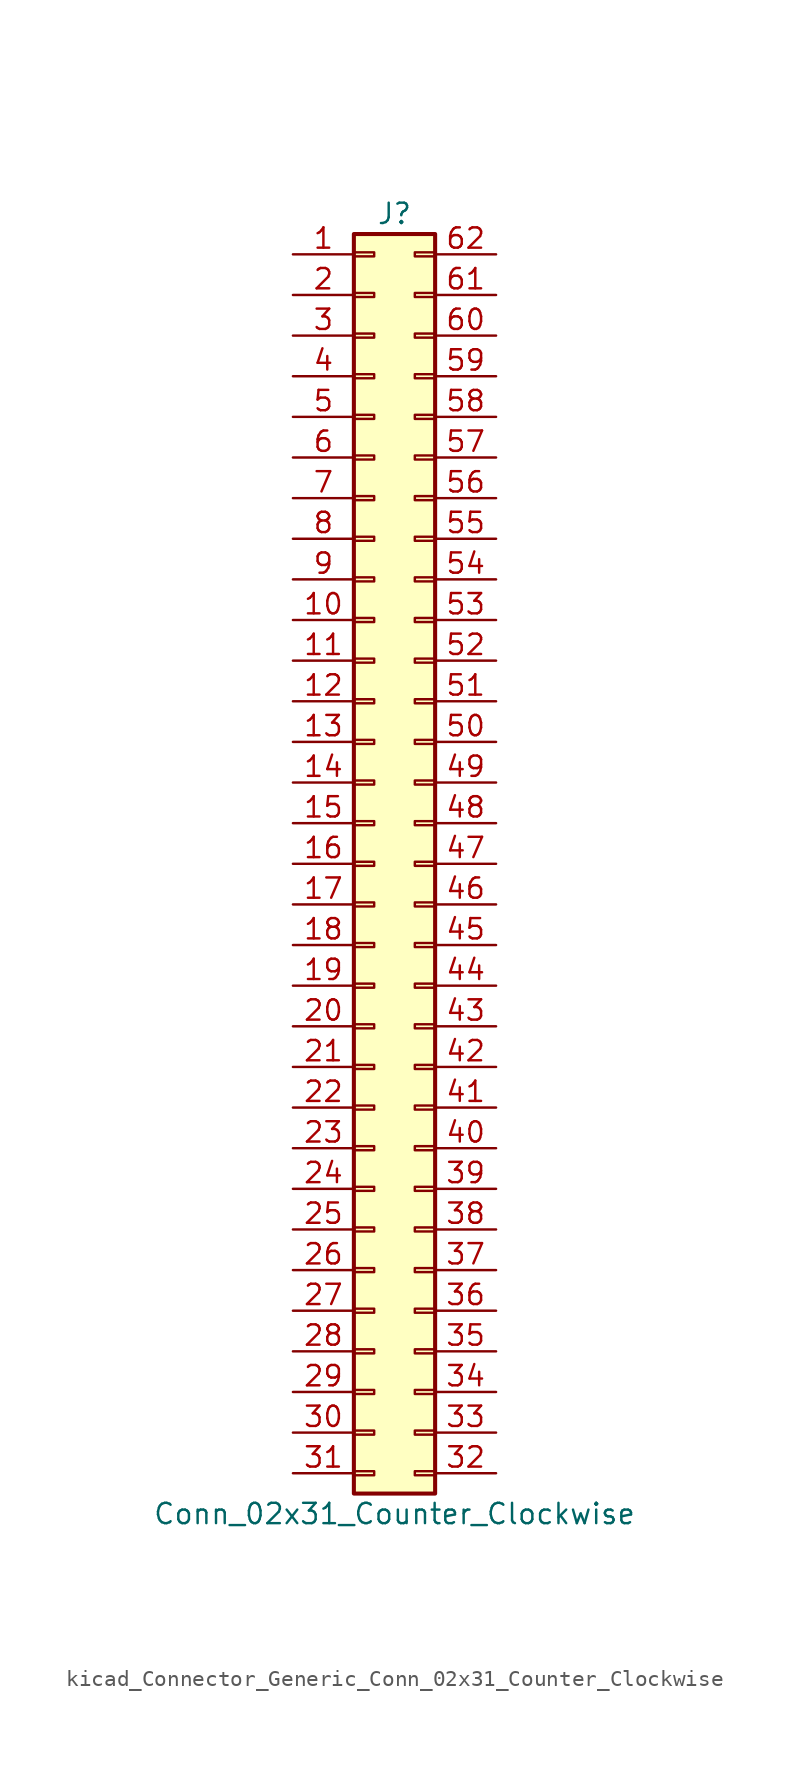
<source format=kicad_sym>
(kicad_symbol_lib
  (version 20220914)
  (generator kicad_symbol_editor)
  (symbol "kicad_Connector_Generic_Conn_02x31_Counter_Clockwise"
    (pin_names
      (offset 1.016) hide)
    (property "Reference" "J"
      (at 1.27 40.64 0)
      (effects (font (size 1.27 1.27))))
    (property "Value" "Conn_02x31_Counter_Clockwise"
      (at 1.27 -40.64 0)
      (effects (font (size 1.27 1.27))))
    (symbol "kicad_Connector_Generic_Conn_02x31_Counter_Clockwise_1_1"
      (rectangle (start -1.27 -37.973) (end 0 -38.227) (stroke (width 0.152) (type default)) (fill (type none)))
      (rectangle (start -1.27 -35.433) (end 0 -35.687) (stroke (width 0.152) (type default)) (fill (type none)))
      (rectangle (start -1.27 -32.893) (end 0 -33.147) (stroke (width 0.152) (type default)) (fill (type none)))
      (rectangle (start -1.27 -30.353) (end 0 -30.607) (stroke (width 0.152) (type default)) (fill (type none)))
      (rectangle (start -1.27 -27.813) (end 0 -28.067) (stroke (width 0.152) (type default)) (fill (type none)))
      (rectangle (start -1.27 -25.273) (end 0 -25.527) (stroke (width 0.152) (type default)) (fill (type none)))
      (rectangle (start -1.27 -22.733) (end 0 -22.987) (stroke (width 0.152) (type default)) (fill (type none)))
      (rectangle (start -1.27 -20.193) (end 0 -20.447) (stroke (width 0.152) (type default)) (fill (type none)))
      (rectangle (start -1.27 -17.653) (end 0 -17.907) (stroke (width 0.152) (type default)) (fill (type none)))
      (rectangle (start -1.27 -15.113) (end 0 -15.367) (stroke (width 0.152) (type default)) (fill (type none)))
      (rectangle (start -1.27 -12.573) (end 0 -12.827) (stroke (width 0.152) (type default)) (fill (type none)))
      (rectangle (start -1.27 -10.033) (end 0 -10.287) (stroke (width 0.152) (type default)) (fill (type none)))
      (rectangle (start -1.27 -7.493) (end 0 -7.747) (stroke (width 0.152) (type default)) (fill (type none)))
      (rectangle (start -1.27 -4.953) (end 0 -5.207) (stroke (width 0.152) (type default)) (fill (type none)))
      (rectangle (start -1.27 -2.413) (end 0 -2.667) (stroke (width 0.152) (type default)) (fill (type none)))
      (rectangle (start -1.27 0.127) (end 0 -0.127) (stroke (width 0.152) (type default)) (fill (type none)))
      (rectangle (start -1.27 2.667) (end 0 2.413) (stroke (width 0.152) (type default)) (fill (type none)))
      (rectangle (start -1.27 5.207) (end 0 4.953) (stroke (width 0.152) (type default)) (fill (type none)))
      (rectangle (start -1.27 7.747) (end 0 7.493) (stroke (width 0.152) (type default)) (fill (type none)))
      (rectangle (start -1.27 10.287) (end 0 10.033) (stroke (width 0.152) (type default)) (fill (type none)))
      (rectangle (start -1.27 12.827) (end 0 12.573) (stroke (width 0.152) (type default)) (fill (type none)))
      (rectangle (start -1.27 15.367) (end 0 15.113) (stroke (width 0.152) (type default)) (fill (type none)))
      (rectangle (start -1.27 17.907) (end 0 17.653) (stroke (width 0.152) (type default)) (fill (type none)))
      (rectangle (start -1.27 20.447) (end 0 20.193) (stroke (width 0.152) (type default)) (fill (type none)))
      (rectangle (start -1.27 22.987) (end 0 22.733) (stroke (width 0.152) (type default)) (fill (type none)))
      (rectangle (start -1.27 25.527) (end 0 25.273) (stroke (width 0.152) (type default)) (fill (type none)))
      (rectangle (start -1.27 28.067) (end 0 27.813) (stroke (width 0.152) (type default)) (fill (type none)))
      (rectangle (start -1.27 30.607) (end 0 30.353) (stroke (width 0.152) (type default)) (fill (type none)))
      (rectangle (start -1.27 33.147) (end 0 32.893) (stroke (width 0.152) (type default)) (fill (type none)))
      (rectangle (start -1.27 35.687) (end 0 35.433) (stroke (width 0.152) (type default)) (fill (type none)))
      (rectangle (start -1.27 38.227) (end 0 37.973) (stroke (width 0.152) (type default)) (fill (type none)))
      (rectangle (start -1.27 39.37) (end 3.81 -39.37) (stroke (width 0.254) (type default)) (fill (type background)))
      (rectangle (start 3.81 -37.973) (end 2.54 -38.227) (stroke (width 0.152) (type default)) (fill (type none)))
      (rectangle (start 3.81 -35.433) (end 2.54 -35.687) (stroke (width 0.152) (type default)) (fill (type none)))
      (rectangle (start 3.81 -32.893) (end 2.54 -33.147) (stroke (width 0.152) (type default)) (fill (type none)))
      (rectangle (start 3.81 -30.353) (end 2.54 -30.607) (stroke (width 0.152) (type default)) (fill (type none)))
      (rectangle (start 3.81 -27.813) (end 2.54 -28.067) (stroke (width 0.152) (type default)) (fill (type none)))
      (rectangle (start 3.81 -25.273) (end 2.54 -25.527) (stroke (width 0.152) (type default)) (fill (type none)))
      (rectangle (start 3.81 -22.733) (end 2.54 -22.987) (stroke (width 0.152) (type default)) (fill (type none)))
      (rectangle (start 3.81 -20.193) (end 2.54 -20.447) (stroke (width 0.152) (type default)) (fill (type none)))
      (rectangle (start 3.81 -17.653) (end 2.54 -17.907) (stroke (width 0.152) (type default)) (fill (type none)))
      (rectangle (start 3.81 -15.113) (end 2.54 -15.367) (stroke (width 0.152) (type default)) (fill (type none)))
      (rectangle (start 3.81 -12.573) (end 2.54 -12.827) (stroke (width 0.152) (type default)) (fill (type none)))
      (rectangle (start 3.81 -10.033) (end 2.54 -10.287) (stroke (width 0.152) (type default)) (fill (type none)))
      (rectangle (start 3.81 -7.493) (end 2.54 -7.747) (stroke (width 0.152) (type default)) (fill (type none)))
      (rectangle (start 3.81 -4.953) (end 2.54 -5.207) (stroke (width 0.152) (type default)) (fill (type none)))
      (rectangle (start 3.81 -2.413) (end 2.54 -2.667) (stroke (width 0.152) (type default)) (fill (type none)))
      (rectangle (start 3.81 0.127) (end 2.54 -0.127) (stroke (width 0.152) (type default)) (fill (type none)))
      (rectangle (start 3.81 2.667) (end 2.54 2.413) (stroke (width 0.152) (type default)) (fill (type none)))
      (rectangle (start 3.81 5.207) (end 2.54 4.953) (stroke (width 0.152) (type default)) (fill (type none)))
      (rectangle (start 3.81 7.747) (end 2.54 7.493) (stroke (width 0.152) (type default)) (fill (type none)))
      (rectangle (start 3.81 10.287) (end 2.54 10.033) (stroke (width 0.152) (type default)) (fill (type none)))
      (rectangle (start 3.81 12.827) (end 2.54 12.573) (stroke (width 0.152) (type default)) (fill (type none)))
      (rectangle (start 3.81 15.367) (end 2.54 15.113) (stroke (width 0.152) (type default)) (fill (type none)))
      (rectangle (start 3.81 17.907) (end 2.54 17.653) (stroke (width 0.152) (type default)) (fill (type none)))
      (rectangle (start 3.81 20.447) (end 2.54 20.193) (stroke (width 0.152) (type default)) (fill (type none)))
      (rectangle (start 3.81 22.987) (end 2.54 22.733) (stroke (width 0.152) (type default)) (fill (type none)))
      (rectangle (start 3.81 25.527) (end 2.54 25.273) (stroke (width 0.152) (type default)) (fill (type none)))
      (rectangle (start 3.81 28.067) (end 2.54 27.813) (stroke (width 0.152) (type default)) (fill (type none)))
      (rectangle (start 3.81 30.607) (end 2.54 30.353) (stroke (width 0.152) (type default)) (fill (type none)))
      (rectangle (start 3.81 33.147) (end 2.54 32.893) (stroke (width 0.152) (type default)) (fill (type none)))
      (rectangle (start 3.81 35.687) (end 2.54 35.433) (stroke (width 0.152) (type default)) (fill (type none)))
      (rectangle (start 3.81 38.227) (end 2.54 37.973) (stroke (width 0.152) (type default)) (fill (type none)))
      (pin passive line (at -5.08 38.1 0) (length 3.81) (name "Pin_1" (effects (font (size 1.27 1.27)))) (number "1" (effects (font (size 1.27 1.27)))))
      (pin passive line (at -5.08 15.24 0) (length 3.81) (name "Pin_10" (effects (font (size 1.27 1.27)))) (number "10" (effects (font (size 1.27 1.27)))))
      (pin passive line (at -5.08 12.7 0) (length 3.81) (name "Pin_11" (effects (font (size 1.27 1.27)))) (number "11" (effects (font (size 1.27 1.27)))))
      (pin passive line (at -5.08 10.16 0) (length 3.81) (name "Pin_12" (effects (font (size 1.27 1.27)))) (number "12" (effects (font (size 1.27 1.27)))))
      (pin passive line (at -5.08 7.62 0) (length 3.81) (name "Pin_13" (effects (font (size 1.27 1.27)))) (number "13" (effects (font (size 1.27 1.27)))))
      (pin passive line (at -5.08 5.08 0) (length 3.81) (name "Pin_14" (effects (font (size 1.27 1.27)))) (number "14" (effects (font (size 1.27 1.27)))))
      (pin passive line (at -5.08 2.54 0) (length 3.81) (name "Pin_15" (effects (font (size 1.27 1.27)))) (number "15" (effects (font (size 1.27 1.27)))))
      (pin passive line (at -5.08 0 0) (length 3.81) (name "Pin_16" (effects (font (size 1.27 1.27)))) (number "16" (effects (font (size 1.27 1.27)))))
      (pin passive line (at -5.08 -2.54 0) (length 3.81) (name "Pin_17" (effects (font (size 1.27 1.27)))) (number "17" (effects (font (size 1.27 1.27)))))
      (pin passive line (at -5.08 -5.08 0) (length 3.81) (name "Pin_18" (effects (font (size 1.27 1.27)))) (number "18" (effects (font (size 1.27 1.27)))))
      (pin passive line (at -5.08 -7.62 0) (length 3.81) (name "Pin_19" (effects (font (size 1.27 1.27)))) (number "19" (effects (font (size 1.27 1.27)))))
      (pin passive line (at -5.08 35.56 0) (length 3.81) (name "Pin_2" (effects (font (size 1.27 1.27)))) (number "2" (effects (font (size 1.27 1.27)))))
      (pin passive line (at -5.08 -10.16 0) (length 3.81) (name "Pin_20" (effects (font (size 1.27 1.27)))) (number "20" (effects (font (size 1.27 1.27)))))
      (pin passive line (at -5.08 -12.7 0) (length 3.81) (name "Pin_21" (effects (font (size 1.27 1.27)))) (number "21" (effects (font (size 1.27 1.27)))))
      (pin passive line (at -5.08 -15.24 0) (length 3.81) (name "Pin_22" (effects (font (size 1.27 1.27)))) (number "22" (effects (font (size 1.27 1.27)))))
      (pin passive line (at -5.08 -17.78 0) (length 3.81) (name "Pin_23" (effects (font (size 1.27 1.27)))) (number "23" (effects (font (size 1.27 1.27)))))
      (pin passive line (at -5.08 -20.32 0) (length 3.81) (name "Pin_24" (effects (font (size 1.27 1.27)))) (number "24" (effects (font (size 1.27 1.27)))))
      (pin passive line (at -5.08 -22.86 0) (length 3.81) (name "Pin_25" (effects (font (size 1.27 1.27)))) (number "25" (effects (font (size 1.27 1.27)))))
      (pin passive line (at -5.08 -25.4 0) (length 3.81) (name "Pin_26" (effects (font (size 1.27 1.27)))) (number "26" (effects (font (size 1.27 1.27)))))
      (pin passive line (at -5.08 -27.94 0) (length 3.81) (name "Pin_27" (effects (font (size 1.27 1.27)))) (number "27" (effects (font (size 1.27 1.27)))))
      (pin passive line (at -5.08 -30.48 0) (length 3.81) (name "Pin_28" (effects (font (size 1.27 1.27)))) (number "28" (effects (font (size 1.27 1.27)))))
      (pin passive line (at -5.08 -33.02 0) (length 3.81) (name "Pin_29" (effects (font (size 1.27 1.27)))) (number "29" (effects (font (size 1.27 1.27)))))
      (pin passive line (at -5.08 33.02 0) (length 3.81) (name "Pin_3" (effects (font (size 1.27 1.27)))) (number "3" (effects (font (size 1.27 1.27)))))
      (pin passive line (at -5.08 -35.56 0) (length 3.81) (name "Pin_30" (effects (font (size 1.27 1.27)))) (number "30" (effects (font (size 1.27 1.27)))))
      (pin passive line (at -5.08 -38.1 0) (length 3.81) (name "Pin_31" (effects (font (size 1.27 1.27)))) (number "31" (effects (font (size 1.27 1.27)))))
      (pin passive line (at 7.62 -38.1 180) (length 3.81) (name "Pin_32" (effects (font (size 1.27 1.27)))) (number "32" (effects (font (size 1.27 1.27)))))
      (pin passive line (at 7.62 -35.56 180) (length 3.81) (name "Pin_33" (effects (font (size 1.27 1.27)))) (number "33" (effects (font (size 1.27 1.27)))))
      (pin passive line (at 7.62 -33.02 180) (length 3.81) (name "Pin_34" (effects (font (size 1.27 1.27)))) (number "34" (effects (font (size 1.27 1.27)))))
      (pin passive line (at 7.62 -30.48 180) (length 3.81) (name "Pin_35" (effects (font (size 1.27 1.27)))) (number "35" (effects (font (size 1.27 1.27)))))
      (pin passive line (at 7.62 -27.94 180) (length 3.81) (name "Pin_36" (effects (font (size 1.27 1.27)))) (number "36" (effects (font (size 1.27 1.27)))))
      (pin passive line (at 7.62 -25.4 180) (length 3.81) (name "Pin_37" (effects (font (size 1.27 1.27)))) (number "37" (effects (font (size 1.27 1.27)))))
      (pin passive line (at 7.62 -22.86 180) (length 3.81) (name "Pin_38" (effects (font (size 1.27 1.27)))) (number "38" (effects (font (size 1.27 1.27)))))
      (pin passive line (at 7.62 -20.32 180) (length 3.81) (name "Pin_39" (effects (font (size 1.27 1.27)))) (number "39" (effects (font (size 1.27 1.27)))))
      (pin passive line (at -5.08 30.48 0) (length 3.81) (name "Pin_4" (effects (font (size 1.27 1.27)))) (number "4" (effects (font (size 1.27 1.27)))))
      (pin passive line (at 7.62 -17.78 180) (length 3.81) (name "Pin_40" (effects (font (size 1.27 1.27)))) (number "40" (effects (font (size 1.27 1.27)))))
      (pin passive line (at 7.62 -15.24 180) (length 3.81) (name "Pin_41" (effects (font (size 1.27 1.27)))) (number "41" (effects (font (size 1.27 1.27)))))
      (pin passive line (at 7.62 -12.7 180) (length 3.81) (name "Pin_42" (effects (font (size 1.27 1.27)))) (number "42" (effects (font (size 1.27 1.27)))))
      (pin passive line (at 7.62 -10.16 180) (length 3.81) (name "Pin_43" (effects (font (size 1.27 1.27)))) (number "43" (effects (font (size 1.27 1.27)))))
      (pin passive line (at 7.62 -7.62 180) (length 3.81) (name "Pin_44" (effects (font (size 1.27 1.27)))) (number "44" (effects (font (size 1.27 1.27)))))
      (pin passive line (at 7.62 -5.08 180) (length 3.81) (name "Pin_45" (effects (font (size 1.27 1.27)))) (number "45" (effects (font (size 1.27 1.27)))))
      (pin passive line (at 7.62 -2.54 180) (length 3.81) (name "Pin_46" (effects (font (size 1.27 1.27)))) (number "46" (effects (font (size 1.27 1.27)))))
      (pin passive line (at 7.62 0 180) (length 3.81) (name "Pin_47" (effects (font (size 1.27 1.27)))) (number "47" (effects (font (size 1.27 1.27)))))
      (pin passive line (at 7.62 2.54 180) (length 3.81) (name "Pin_48" (effects (font (size 1.27 1.27)))) (number "48" (effects (font (size 1.27 1.27)))))
      (pin passive line (at 7.62 5.08 180) (length 3.81) (name "Pin_49" (effects (font (size 1.27 1.27)))) (number "49" (effects (font (size 1.27 1.27)))))
      (pin passive line (at -5.08 27.94 0) (length 3.81) (name "Pin_5" (effects (font (size 1.27 1.27)))) (number "5" (effects (font (size 1.27 1.27)))))
      (pin passive line (at 7.62 7.62 180) (length 3.81) (name "Pin_50" (effects (font (size 1.27 1.27)))) (number "50" (effects (font (size 1.27 1.27)))))
      (pin passive line (at 7.62 10.16 180) (length 3.81) (name "Pin_51" (effects (font (size 1.27 1.27)))) (number "51" (effects (font (size 1.27 1.27)))))
      (pin passive line (at 7.62 12.7 180) (length 3.81) (name "Pin_52" (effects (font (size 1.27 1.27)))) (number "52" (effects (font (size 1.27 1.27)))))
      (pin passive line (at 7.62 15.24 180) (length 3.81) (name "Pin_53" (effects (font (size 1.27 1.27)))) (number "53" (effects (font (size 1.27 1.27)))))
      (pin passive line (at 7.62 17.78 180) (length 3.81) (name "Pin_54" (effects (font (size 1.27 1.27)))) (number "54" (effects (font (size 1.27 1.27)))))
      (pin passive line (at 7.62 20.32 180) (length 3.81) (name "Pin_55" (effects (font (size 1.27 1.27)))) (number "55" (effects (font (size 1.27 1.27)))))
      (pin passive line (at 7.62 22.86 180) (length 3.81) (name "Pin_56" (effects (font (size 1.27 1.27)))) (number "56" (effects (font (size 1.27 1.27)))))
      (pin passive line (at 7.62 25.4 180) (length 3.81) (name "Pin_57" (effects (font (size 1.27 1.27)))) (number "57" (effects (font (size 1.27 1.27)))))
      (pin passive line (at 7.62 27.94 180) (length 3.81) (name "Pin_58" (effects (font (size 1.27 1.27)))) (number "58" (effects (font (size 1.27 1.27)))))
      (pin passive line (at 7.62 30.48 180) (length 3.81) (name "Pin_59" (effects (font (size 1.27 1.27)))) (number "59" (effects (font (size 1.27 1.27)))))
      (pin passive line (at -5.08 25.4 0) (length 3.81) (name "Pin_6" (effects (font (size 1.27 1.27)))) (number "6" (effects (font (size 1.27 1.27)))))
      (pin passive line (at 7.62 33.02 180) (length 3.81) (name "Pin_60" (effects (font (size 1.27 1.27)))) (number "60" (effects (font (size 1.27 1.27)))))
      (pin passive line (at 7.62 35.56 180) (length 3.81) (name "Pin_61" (effects (font (size 1.27 1.27)))) (number "61" (effects (font (size 1.27 1.27)))))
      (pin passive line (at 7.62 38.1 180) (length 3.81) (name "Pin_62" (effects (font (size 1.27 1.27)))) (number "62" (effects (font (size 1.27 1.27)))))
      (pin passive line (at -5.08 22.86 0) (length 3.81) (name "Pin_7" (effects (font (size 1.27 1.27)))) (number "7" (effects (font (size 1.27 1.27)))))
      (pin passive line (at -5.08 20.32 0) (length 3.81) (name "Pin_8" (effects (font (size 1.27 1.27)))) (number "8" (effects (font (size 1.27 1.27)))))
      (pin passive line (at -5.08 17.78 0) (length 3.81) (name "Pin_9" (effects (font (size 1.27 1.27)))) (number "9" (effects (font (size 1.27 1.27))))))))
</source>
